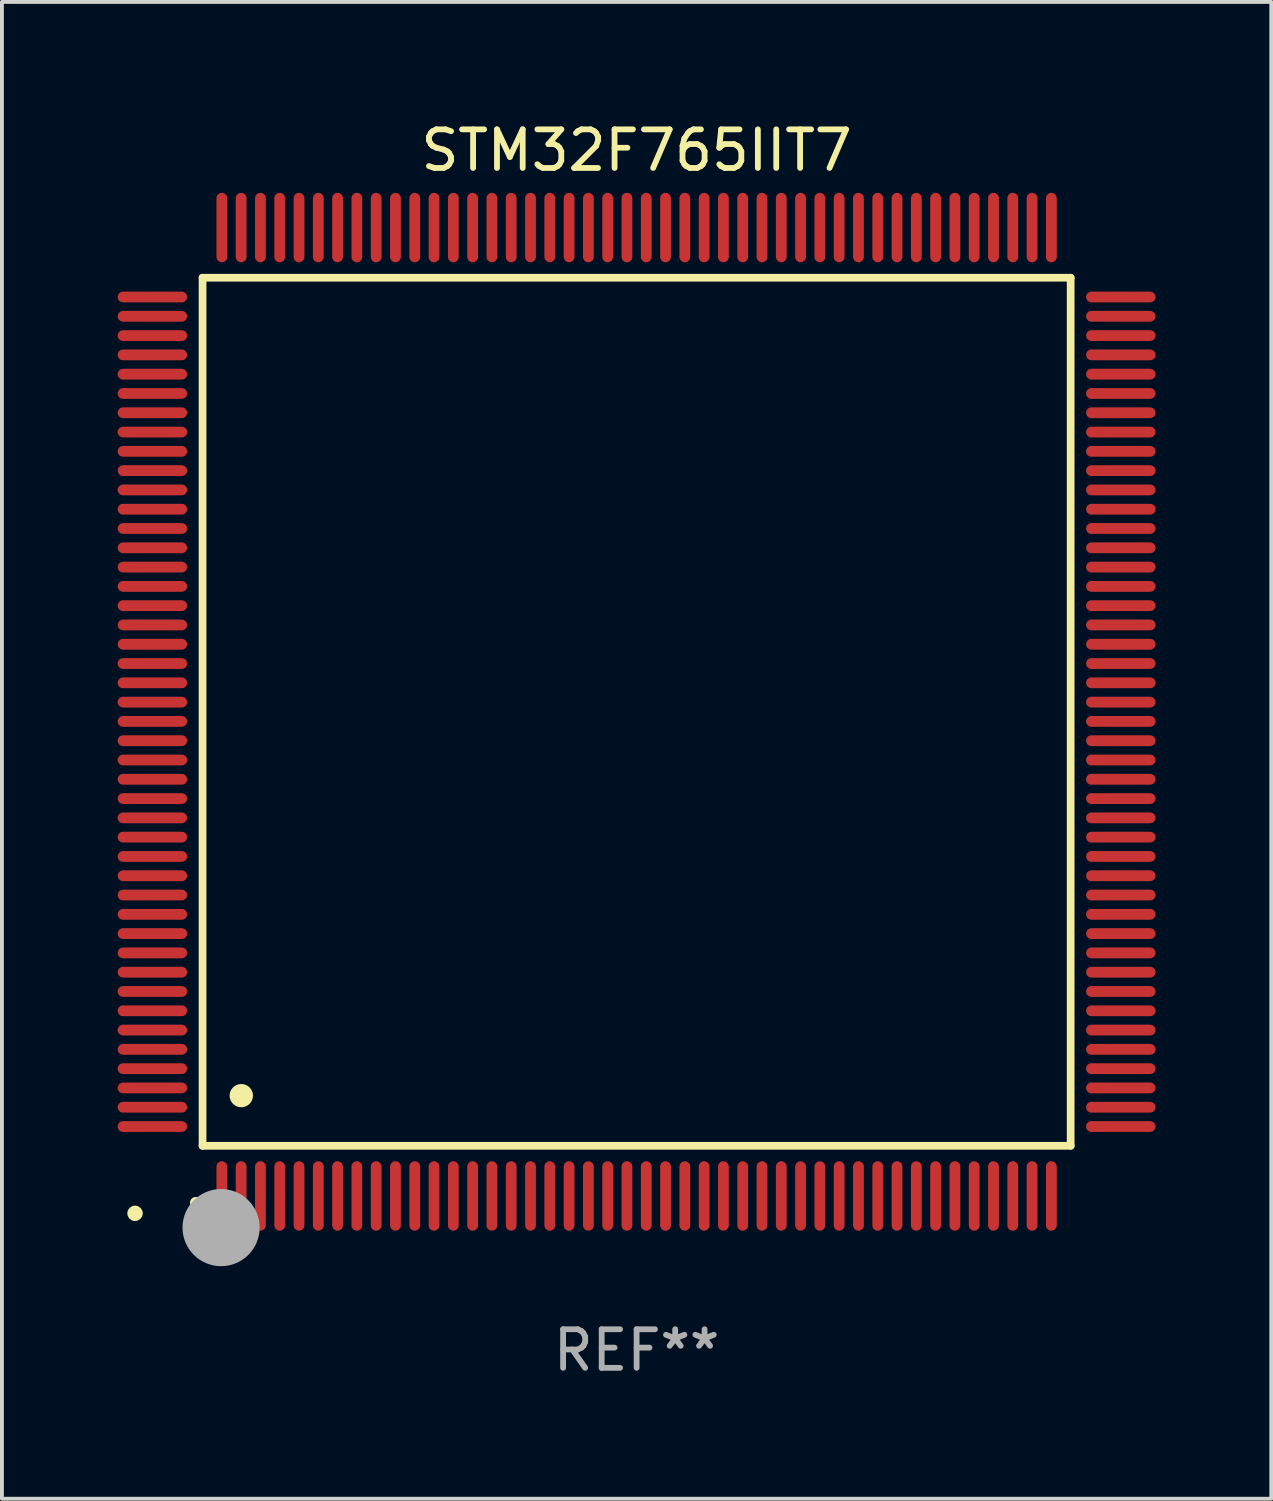
<source format=kicad_pcb>
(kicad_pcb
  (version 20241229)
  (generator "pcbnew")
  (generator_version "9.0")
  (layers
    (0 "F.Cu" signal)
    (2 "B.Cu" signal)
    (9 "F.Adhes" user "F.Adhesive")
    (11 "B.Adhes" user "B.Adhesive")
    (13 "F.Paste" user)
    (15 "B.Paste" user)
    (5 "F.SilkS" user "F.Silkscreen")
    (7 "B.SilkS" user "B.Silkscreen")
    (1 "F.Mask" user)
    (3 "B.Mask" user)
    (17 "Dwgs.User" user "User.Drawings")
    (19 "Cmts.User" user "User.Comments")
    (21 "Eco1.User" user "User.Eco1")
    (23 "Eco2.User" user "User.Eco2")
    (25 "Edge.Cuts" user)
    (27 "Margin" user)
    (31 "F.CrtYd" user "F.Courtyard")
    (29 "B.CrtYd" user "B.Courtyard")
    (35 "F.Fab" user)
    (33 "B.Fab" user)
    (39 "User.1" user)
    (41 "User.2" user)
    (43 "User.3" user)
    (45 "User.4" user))
  (footprint "STM32F765IIT7"
    (layer "F.Cu")
    (at 13.45 15.398)
    (property "Reference" "STM32F765IIT7" (at 0 -14.55 0) (layer "F.SilkS") (effects (font (size 1 1) (thickness 0.15))))
    (attr through_hole)
    (fp_line (start -11.25 -11.25) (end 11.25 -11.25) (stroke (width 0.2) (type solid)) (layer "F.SilkS"))
    (fp_line (start -11.25 11.25) (end -11.25 -11.25) (stroke (width 0.2) (type solid)) (layer "F.SilkS"))
    (fp_line (start 11.25 -11.25) (end 11.25 11.25) (stroke (width 0.2) (type solid)) (layer "F.SilkS"))
    (fp_line (start 11.25 11.25) (end -11.25 11.25) (stroke (width 0.2) (type solid)) (layer "F.SilkS"))
    (fp_arc (start -11.424943 12.725425) (mid -11.423673 12.72542) (end -11.422403 12.725425) (stroke (width 0.3) (type solid)) (layer "F.SilkS"))
    (fp_arc (start -10.24892 9.9492) (mid -10.24638 9.949189) (end -10.24384 9.9492) (stroke (width 0.6) (type solid)) (layer "F.SilkS"))
    (fp_circle (center -13 13) (end -12.9 13) (stroke (width 0.2) (type solid)) (fill no) (layer "F.SilkS"))
    (fp_circle (center -10.77 13.37) (end -10.27 13.37) (stroke (width 1) (type solid)) (fill no) (layer "F.Fab"))
    (fp_text user "REF**" (at 0 16.55 0) (layer "F.Fab") (effects (font (size 1 1) (thickness 0.15))))
    (pad "1" smd oval (at -10.75 12.55) (size 0.28 1.8) (layers "F.Cu" "F.Mask" "F.Paste"))
    (pad "2" smd oval (at -10.25 12.55) (size 0.28 1.8) (layers "F.Cu" "F.Mask" "F.Paste"))
    (pad "3" smd oval (at -9.75 12.55) (size 0.28 1.8) (layers "F.Cu" "F.Mask" "F.Paste"))
    (pad "4" smd oval (at -9.25 12.55) (size 0.28 1.8) (layers "F.Cu" "F.Mask" "F.Paste"))
    (pad "5" smd oval (at -8.75 12.55) (size 0.28 1.8) (layers "F.Cu" "F.Mask" "F.Paste"))
    (pad "6" smd oval (at -8.25 12.55) (size 0.28 1.8) (layers "F.Cu" "F.Mask" "F.Paste"))
    (pad "7" smd oval (at -7.75 12.55) (size 0.28 1.8) (layers "F.Cu" "F.Mask" "F.Paste"))
    (pad "8" smd oval (at -7.25 12.55) (size 0.28 1.8) (layers "F.Cu" "F.Mask" "F.Paste"))
    (pad "9" smd oval (at -6.75 12.55) (size 0.28 1.8) (layers "F.Cu" "F.Mask" "F.Paste"))
    (pad "10" smd oval (at -6.25 12.55) (size 0.28 1.8) (layers "F.Cu" "F.Mask" "F.Paste"))
    (pad "11" smd oval (at -5.75 12.55) (size 0.28 1.8) (layers "F.Cu" "F.Mask" "F.Paste"))
    (pad "12" smd oval (at -5.25 12.55) (size 0.28 1.8) (layers "F.Cu" "F.Mask" "F.Paste"))
    (pad "13" smd oval (at -4.75 12.55) (size 0.28 1.8) (layers "F.Cu" "F.Mask" "F.Paste"))
    (pad "14" smd oval (at -4.25 12.55) (size 0.28 1.8) (layers "F.Cu" "F.Mask" "F.Paste"))
    (pad "15" smd oval (at -3.75 12.55) (size 0.28 1.8) (layers "F.Cu" "F.Mask" "F.Paste"))
    (pad "16" smd oval (at -3.25 12.55) (size 0.28 1.8) (layers "F.Cu" "F.Mask" "F.Paste"))
    (pad "17" smd oval (at -2.75 12.55) (size 0.28 1.8) (layers "F.Cu" "F.Mask" "F.Paste"))
    (pad "18" smd oval (at -2.25 12.55) (size 0.28 1.8) (layers "F.Cu" "F.Mask" "F.Paste"))
    (pad "19" smd oval (at -1.75 12.55) (size 0.28 1.8) (layers "F.Cu" "F.Mask" "F.Paste"))
    (pad "20" smd oval (at -1.25 12.55) (size 0.28 1.8) (layers "F.Cu" "F.Mask" "F.Paste"))
    (pad "21" smd oval (at -0.75 12.55) (size 0.28 1.8) (layers "F.Cu" "F.Mask" "F.Paste"))
    (pad "22" smd oval (at -0.25 12.55) (size 0.28 1.8) (layers "F.Cu" "F.Mask" "F.Paste"))
    (pad "23" smd oval (at 0.25 12.55) (size 0.28 1.8) (layers "F.Cu" "F.Mask" "F.Paste"))
    (pad "24" smd oval (at 0.75 12.55) (size 0.28 1.8) (layers "F.Cu" "F.Mask" "F.Paste"))
    (pad "25" smd oval (at 1.25 12.55) (size 0.28 1.8) (layers "F.Cu" "F.Mask" "F.Paste"))
    (pad "26" smd oval (at 1.75 12.55) (size 0.28 1.8) (layers "F.Cu" "F.Mask" "F.Paste"))
    (pad "27" smd oval (at 2.25 12.55) (size 0.28 1.8) (layers "F.Cu" "F.Mask" "F.Paste"))
    (pad "28" smd oval (at 2.75 12.55) (size 0.28 1.8) (layers "F.Cu" "F.Mask" "F.Paste"))
    (pad "29" smd oval (at 3.25 12.55) (size 0.28 1.8) (layers "F.Cu" "F.Mask" "F.Paste"))
    (pad "30" smd oval (at 3.75 12.55) (size 0.28 1.8) (layers "F.Cu" "F.Mask" "F.Paste"))
    (pad "31" smd oval (at 4.25 12.55) (size 0.28 1.8) (layers "F.Cu" "F.Mask" "F.Paste"))
    (pad "32" smd oval (at 4.75 12.55) (size 0.28 1.8) (layers "F.Cu" "F.Mask" "F.Paste"))
    (pad "33" smd oval (at 5.25 12.55) (size 0.28 1.8) (layers "F.Cu" "F.Mask" "F.Paste"))
    (pad "34" smd oval (at 5.75 12.55) (size 0.28 1.8) (layers "F.Cu" "F.Mask" "F.Paste"))
    (pad "35" smd oval (at 6.25 12.55) (size 0.28 1.8) (layers "F.Cu" "F.Mask" "F.Paste"))
    (pad "36" smd oval (at 6.75 12.55) (size 0.28 1.8) (layers "F.Cu" "F.Mask" "F.Paste"))
    (pad "37" smd oval (at 7.25 12.55) (size 0.28 1.8) (layers "F.Cu" "F.Mask" "F.Paste"))
    (pad "38" smd oval (at 7.75 12.55) (size 0.28 1.8) (layers "F.Cu" "F.Mask" "F.Paste"))
    (pad "39" smd oval (at 8.25 12.55) (size 0.28 1.8) (layers "F.Cu" "F.Mask" "F.Paste"))
    (pad "40" smd oval (at 8.75 12.55) (size 0.28 1.8) (layers "F.Cu" "F.Mask" "F.Paste"))
    (pad "41" smd oval (at 9.25 12.55) (size 0.28 1.8) (layers "F.Cu" "F.Mask" "F.Paste"))
    (pad "42" smd oval (at 9.75 12.55) (size 0.28 1.8) (layers "F.Cu" "F.Mask" "F.Paste"))
    (pad "43" smd oval (at 10.25 12.55) (size 0.28 1.8) (layers "F.Cu" "F.Mask" "F.Paste"))
    (pad "44" smd oval (at 10.75 12.55) (size 0.28 1.8) (layers "F.Cu" "F.Mask" "F.Paste"))
    (pad "45" smd oval (at 12.55 10.75) (size 1.8 0.28) (layers "F.Cu" "F.Mask" "F.Paste"))
    (pad "46" smd oval (at 12.55 10.25) (size 1.8 0.28) (layers "F.Cu" "F.Mask" "F.Paste"))
    (pad "47" smd oval (at 12.55 9.75) (size 1.8 0.28) (layers "F.Cu" "F.Mask" "F.Paste"))
    (pad "48" smd oval (at 12.55 9.25) (size 1.8 0.28) (layers "F.Cu" "F.Mask" "F.Paste"))
    (pad "49" smd oval (at 12.55 8.75) (size 1.8 0.28) (layers "F.Cu" "F.Mask" "F.Paste"))
    (pad "50" smd oval (at 12.55 8.25) (size 1.8 0.28) (layers "F.Cu" "F.Mask" "F.Paste"))
    (pad "51" smd oval (at 12.55 7.75) (size 1.8 0.28) (layers "F.Cu" "F.Mask" "F.Paste"))
    (pad "52" smd oval (at 12.55 7.25) (size 1.8 0.28) (layers "F.Cu" "F.Mask" "F.Paste"))
    (pad "53" smd oval (at 12.55 6.75) (size 1.8 0.28) (layers "F.Cu" "F.Mask" "F.Paste"))
    (pad "54" smd oval (at 12.55 6.25) (size 1.8 0.28) (layers "F.Cu" "F.Mask" "F.Paste"))
    (pad "55" smd oval (at 12.55 5.75) (size 1.8 0.28) (layers "F.Cu" "F.Mask" "F.Paste"))
    (pad "56" smd oval (at 12.55 5.25) (size 1.8 0.28) (layers "F.Cu" "F.Mask" "F.Paste"))
    (pad "57" smd oval (at 12.55 4.75) (size 1.8 0.28) (layers "F.Cu" "F.Mask" "F.Paste"))
    (pad "58" smd oval (at 12.55 4.25) (size 1.8 0.28) (layers "F.Cu" "F.Mask" "F.Paste"))
    (pad "59" smd oval (at 12.55 3.75) (size 1.8 0.28) (layers "F.Cu" "F.Mask" "F.Paste"))
    (pad "60" smd oval (at 12.55 3.25) (size 1.8 0.28) (layers "F.Cu" "F.Mask" "F.Paste"))
    (pad "61" smd oval (at 12.55 2.75) (size 1.8 0.28) (layers "F.Cu" "F.Mask" "F.Paste"))
    (pad "62" smd oval (at 12.55 2.25) (size 1.8 0.28) (layers "F.Cu" "F.Mask" "F.Paste"))
    (pad "63" smd oval (at 12.55 1.75) (size 1.8 0.28) (layers "F.Cu" "F.Mask" "F.Paste"))
    (pad "64" smd oval (at 12.55 1.25) (size 1.8 0.28) (layers "F.Cu" "F.Mask" "F.Paste"))
    (pad "65" smd oval (at 12.55 0.75) (size 1.8 0.28) (layers "F.Cu" "F.Mask" "F.Paste"))
    (pad "66" smd oval (at 12.55 0.25) (size 1.8 0.28) (layers "F.Cu" "F.Mask" "F.Paste"))
    (pad "67" smd oval (at 12.55 -0.25) (size 1.8 0.28) (layers "F.Cu" "F.Mask" "F.Paste"))
    (pad "68" smd oval (at 12.55 -0.75) (size 1.8 0.28) (layers "F.Cu" "F.Mask" "F.Paste"))
    (pad "69" smd oval (at 12.55 -1.25) (size 1.8 0.28) (layers "F.Cu" "F.Mask" "F.Paste"))
    (pad "70" smd oval (at 12.55 -1.75) (size 1.8 0.28) (layers "F.Cu" "F.Mask" "F.Paste"))
    (pad "71" smd oval (at 12.55 -2.25) (size 1.8 0.28) (layers "F.Cu" "F.Mask" "F.Paste"))
    (pad "72" smd oval (at 12.55 -2.75) (size 1.8 0.28) (layers "F.Cu" "F.Mask" "F.Paste"))
    (pad "73" smd oval (at 12.55 -3.25) (size 1.8 0.28) (layers "F.Cu" "F.Mask" "F.Paste"))
    (pad "74" smd oval (at 12.55 -3.75) (size 1.8 0.28) (layers "F.Cu" "F.Mask" "F.Paste"))
    (pad "75" smd oval (at 12.55 -4.25) (size 1.8 0.28) (layers "F.Cu" "F.Mask" "F.Paste"))
    (pad "76" smd oval (at 12.55 -4.75) (size 1.8 0.28) (layers "F.Cu" "F.Mask" "F.Paste"))
    (pad "77" smd oval (at 12.55 -5.25) (size 1.8 0.28) (layers "F.Cu" "F.Mask" "F.Paste"))
    (pad "78" smd oval (at 12.55 -5.75) (size 1.8 0.28) (layers "F.Cu" "F.Mask" "F.Paste"))
    (pad "79" smd oval (at 12.55 -6.25) (size 1.8 0.28) (layers "F.Cu" "F.Mask" "F.Paste"))
    (pad "80" smd oval (at 12.55 -6.75) (size 1.8 0.28) (layers "F.Cu" "F.Mask" "F.Paste"))
    (pad "81" smd oval (at 12.55 -7.25) (size 1.8 0.28) (layers "F.Cu" "F.Mask" "F.Paste"))
    (pad "82" smd oval (at 12.55 -7.75) (size 1.8 0.28) (layers "F.Cu" "F.Mask" "F.Paste"))
    (pad "83" smd oval (at 12.55 -8.25) (size 1.8 0.28) (layers "F.Cu" "F.Mask" "F.Paste"))
    (pad "84" smd oval (at 12.55 -8.75) (size 1.8 0.28) (layers "F.Cu" "F.Mask" "F.Paste"))
    (pad "85" smd oval (at 12.55 -9.25) (size 1.8 0.28) (layers "F.Cu" "F.Mask" "F.Paste"))
    (pad "86" smd oval (at 12.55 -9.75) (size 1.8 0.28) (layers "F.Cu" "F.Mask" "F.Paste"))
    (pad "87" smd oval (at 12.55 -10.25) (size 1.8 0.28) (layers "F.Cu" "F.Mask" "F.Paste"))
    (pad "88" smd oval (at 12.55 -10.75) (size 1.8 0.28) (layers "F.Cu" "F.Mask" "F.Paste"))
    (pad "89" smd oval (at 10.75 -12.55) (size 0.28 1.8) (layers "F.Cu" "F.Mask" "F.Paste"))
    (pad "90" smd oval (at 10.25 -12.55) (size 0.28 1.8) (layers "F.Cu" "F.Mask" "F.Paste"))
    (pad "91" smd oval (at 9.75 -12.55) (size 0.28 1.8) (layers "F.Cu" "F.Mask" "F.Paste"))
    (pad "92" smd oval (at 9.25 -12.55) (size 0.28 1.8) (layers "F.Cu" "F.Mask" "F.Paste"))
    (pad "93" smd oval (at 8.75 -12.55) (size 0.28 1.8) (layers "F.Cu" "F.Mask" "F.Paste"))
    (pad "94" smd oval (at 8.25 -12.55) (size 0.28 1.8) (layers "F.Cu" "F.Mask" "F.Paste"))
    (pad "95" smd oval (at 7.75 -12.55) (size 0.28 1.8) (layers "F.Cu" "F.Mask" "F.Paste"))
    (pad "96" smd oval (at 7.25 -12.55) (size 0.28 1.8) (layers "F.Cu" "F.Mask" "F.Paste"))
    (pad "97" smd oval (at 6.75 -12.55) (size 0.28 1.8) (layers "F.Cu" "F.Mask" "F.Paste"))
    (pad "98" smd oval (at 6.25 -12.55) (size 0.28 1.8) (layers "F.Cu" "F.Mask" "F.Paste"))
    (pad "99" smd oval (at 5.75 -12.55) (size 0.28 1.8) (layers "F.Cu" "F.Mask" "F.Paste"))
    (pad "100" smd oval (at 5.25 -12.55) (size 0.28 1.8) (layers "F.Cu" "F.Mask" "F.Paste"))
    (pad "101" smd oval (at 4.75 -12.55) (size 0.28 1.8) (layers "F.Cu" "F.Mask" "F.Paste"))
    (pad "102" smd oval (at 4.25 -12.55) (size 0.28 1.8) (layers "F.Cu" "F.Mask" "F.Paste"))
    (pad "103" smd oval (at 3.75 -12.55) (size 0.28 1.8) (layers "F.Cu" "F.Mask" "F.Paste"))
    (pad "104" smd oval (at 3.25 -12.55) (size 0.28 1.8) (layers "F.Cu" "F.Mask" "F.Paste"))
    (pad "105" smd oval (at 2.75 -12.55) (size 0.28 1.8) (layers "F.Cu" "F.Mask" "F.Paste"))
    (pad "106" smd oval (at 2.25 -12.55) (size 0.28 1.8) (layers "F.Cu" "F.Mask" "F.Paste"))
    (pad "107" smd oval (at 1.75 -12.55) (size 0.28 1.8) (layers "F.Cu" "F.Mask" "F.Paste"))
    (pad "108" smd oval (at 1.25 -12.55) (size 0.28 1.8) (layers "F.Cu" "F.Mask" "F.Paste"))
    (pad "109" smd oval (at 0.75 -12.55) (size 0.28 1.8) (layers "F.Cu" "F.Mask" "F.Paste"))
    (pad "110" smd oval (at 0.25 -12.55) (size 0.28 1.8) (layers "F.Cu" "F.Mask" "F.Paste"))
    (pad "111" smd oval (at -0.25 -12.55) (size 0.28 1.8) (layers "F.Cu" "F.Mask" "F.Paste"))
    (pad "112" smd oval (at -0.75 -12.55) (size 0.28 1.8) (layers "F.Cu" "F.Mask" "F.Paste"))
    (pad "113" smd oval (at -1.25 -12.55) (size 0.28 1.8) (layers "F.Cu" "F.Mask" "F.Paste"))
    (pad "114" smd oval (at -1.75 -12.55) (size 0.28 1.8) (layers "F.Cu" "F.Mask" "F.Paste"))
    (pad "115" smd oval (at -2.25 -12.55) (size 0.28 1.8) (layers "F.Cu" "F.Mask" "F.Paste"))
    (pad "116" smd oval (at -2.75 -12.55) (size 0.28 1.8) (layers "F.Cu" "F.Mask" "F.Paste"))
    (pad "117" smd oval (at -3.25 -12.55) (size 0.28 1.8) (layers "F.Cu" "F.Mask" "F.Paste"))
    (pad "118" smd oval (at -3.75 -12.55) (size 0.28 1.8) (layers "F.Cu" "F.Mask" "F.Paste"))
    (pad "119" smd oval (at -4.25 -12.55) (size 0.28 1.8) (layers "F.Cu" "F.Mask" "F.Paste"))
    (pad "120" smd oval (at -4.75 -12.55) (size 0.28 1.8) (layers "F.Cu" "F.Mask" "F.Paste"))
    (pad "121" smd oval (at -5.25 -12.55) (size 0.28 1.8) (layers "F.Cu" "F.Mask" "F.Paste"))
    (pad "122" smd oval (at -5.75 -12.55) (size 0.28 1.8) (layers "F.Cu" "F.Mask" "F.Paste"))
    (pad "123" smd oval (at -6.25 -12.55) (size 0.28 1.8) (layers "F.Cu" "F.Mask" "F.Paste"))
    (pad "124" smd oval (at -6.75 -12.55) (size 0.28 1.8) (layers "F.Cu" "F.Mask" "F.Paste"))
    (pad "125" smd oval (at -7.25 -12.55) (size 0.28 1.8) (layers "F.Cu" "F.Mask" "F.Paste"))
    (pad "126" smd oval (at -7.75 -12.55) (size 0.28 1.8) (layers "F.Cu" "F.Mask" "F.Paste"))
    (pad "127" smd oval (at -8.25 -12.55) (size 0.28 1.8) (layers "F.Cu" "F.Mask" "F.Paste"))
    (pad "128" smd oval (at -8.75 -12.55) (size 0.28 1.8) (layers "F.Cu" "F.Mask" "F.Paste"))
    (pad "129" smd oval (at -9.25 -12.55) (size 0.28 1.8) (layers "F.Cu" "F.Mask" "F.Paste"))
    (pad "130" smd oval (at -9.75 -12.55) (size 0.28 1.8) (layers "F.Cu" "F.Mask" "F.Paste"))
    (pad "131" smd oval (at -10.25 -12.55) (size 0.28 1.8) (layers "F.Cu" "F.Mask" "F.Paste"))
    (pad "132" smd oval (at -10.75 -12.55) (size 0.28 1.8) (layers "F.Cu" "F.Mask" "F.Paste"))
    (pad "133" smd oval (at -12.55 -10.75) (size 1.8 0.28) (layers "F.Cu" "F.Mask" "F.Paste"))
    (pad "134" smd oval (at -12.55 -10.25) (size 1.8 0.28) (layers "F.Cu" "F.Mask" "F.Paste"))
    (pad "135" smd oval (at -12.55 -9.75) (size 1.8 0.28) (layers "F.Cu" "F.Mask" "F.Paste"))
    (pad "136" smd oval (at -12.55 -9.25) (size 1.8 0.28) (layers "F.Cu" "F.Mask" "F.Paste"))
    (pad "137" smd oval (at -12.55 -8.75) (size 1.8 0.28) (layers "F.Cu" "F.Mask" "F.Paste"))
    (pad "138" smd oval (at -12.55 -8.25) (size 1.8 0.28) (layers "F.Cu" "F.Mask" "F.Paste"))
    (pad "139" smd oval (at -12.55 -7.75) (size 1.8 0.28) (layers "F.Cu" "F.Mask" "F.Paste"))
    (pad "140" smd oval (at -12.55 -7.25) (size 1.8 0.28) (layers "F.Cu" "F.Mask" "F.Paste"))
    (pad "141" smd oval (at -12.55 -6.75) (size 1.8 0.28) (layers "F.Cu" "F.Mask" "F.Paste"))
    (pad "142" smd oval (at -12.55 -6.25) (size 1.8 0.28) (layers "F.Cu" "F.Mask" "F.Paste"))
    (pad "143" smd oval (at -12.55 -5.75) (size 1.8 0.28) (layers "F.Cu" "F.Mask" "F.Paste"))
    (pad "144" smd oval (at -12.55 -5.25) (size 1.8 0.28) (layers "F.Cu" "F.Mask" "F.Paste"))
    (pad "145" smd oval (at -12.55 -4.75) (size 1.8 0.28) (layers "F.Cu" "F.Mask" "F.Paste"))
    (pad "146" smd oval (at -12.55 -4.25) (size 1.8 0.28) (layers "F.Cu" "F.Mask" "F.Paste"))
    (pad "147" smd oval (at -12.55 -3.75) (size 1.8 0.28) (layers "F.Cu" "F.Mask" "F.Paste"))
    (pad "148" smd oval (at -12.55 -3.25) (size 1.8 0.28) (layers "F.Cu" "F.Mask" "F.Paste"))
    (pad "149" smd oval (at -12.55 -2.75) (size 1.8 0.28) (layers "F.Cu" "F.Mask" "F.Paste"))
    (pad "150" smd oval (at -12.55 -2.25) (size 1.8 0.28) (layers "F.Cu" "F.Mask" "F.Paste"))
    (pad "151" smd oval (at -12.55 -1.75) (size 1.8 0.28) (layers "F.Cu" "F.Mask" "F.Paste"))
    (pad "152" smd oval (at -12.55 -1.25) (size 1.8 0.28) (layers "F.Cu" "F.Mask" "F.Paste"))
    (pad "153" smd oval (at -12.55 -0.75) (size 1.8 0.28) (layers "F.Cu" "F.Mask" "F.Paste"))
    (pad "154" smd oval (at -12.55 -0.25) (size 1.8 0.28) (layers "F.Cu" "F.Mask" "F.Paste"))
    (pad "155" smd oval (at -12.55 0.25) (size 1.8 0.28) (layers "F.Cu" "F.Mask" "F.Paste"))
    (pad "156" smd oval (at -12.55 0.75) (size 1.8 0.28) (layers "F.Cu" "F.Mask" "F.Paste"))
    (pad "157" smd oval (at -12.55 1.25) (size 1.8 0.28) (layers "F.Cu" "F.Mask" "F.Paste"))
    (pad "158" smd oval (at -12.55 1.75) (size 1.8 0.28) (layers "F.Cu" "F.Mask" "F.Paste"))
    (pad "159" smd oval (at -12.55 2.25) (size 1.8 0.28) (layers "F.Cu" "F.Mask" "F.Paste"))
    (pad "160" smd oval (at -12.55 2.75) (size 1.8 0.28) (layers "F.Cu" "F.Mask" "F.Paste"))
    (pad "161" smd oval (at -12.55 3.25) (size 1.8 0.28) (layers "F.Cu" "F.Mask" "F.Paste"))
    (pad "162" smd oval (at -12.55 3.75) (size 1.8 0.28) (layers "F.Cu" "F.Mask" "F.Paste"))
    (pad "163" smd oval (at -12.55 4.25) (size 1.8 0.28) (layers "F.Cu" "F.Mask" "F.Paste"))
    (pad "164" smd oval (at -12.55 4.75) (size 1.8 0.28) (layers "F.Cu" "F.Mask" "F.Paste"))
    (pad "165" smd oval (at -12.55 5.25) (size 1.8 0.28) (layers "F.Cu" "F.Mask" "F.Paste"))
    (pad "166" smd oval (at -12.55 5.75) (size 1.8 0.28) (layers "F.Cu" "F.Mask" "F.Paste"))
    (pad "167" smd oval (at -12.55 6.25) (size 1.8 0.28) (layers "F.Cu" "F.Mask" "F.Paste"))
    (pad "168" smd oval (at -12.55 6.75) (size 1.8 0.28) (layers "F.Cu" "F.Mask" "F.Paste"))
    (pad "169" smd oval (at -12.55 7.25) (size 1.8 0.28) (layers "F.Cu" "F.Mask" "F.Paste"))
    (pad "170" smd oval (at -12.55 7.75) (size 1.8 0.28) (layers "F.Cu" "F.Mask" "F.Paste"))
    (pad "171" smd oval (at -12.55 8.25) (size 1.8 0.28) (layers "F.Cu" "F.Mask" "F.Paste"))
    (pad "172" smd oval (at -12.55 8.75) (size 1.8 0.28) (layers "F.Cu" "F.Mask" "F.Paste"))
    (pad "173" smd oval (at -12.55 9.25) (size 1.8 0.28) (layers "F.Cu" "F.Mask" "F.Paste"))
    (pad "174" smd oval (at -12.55 9.75) (size 1.8 0.28) (layers "F.Cu" "F.Mask" "F.Paste"))
    (pad "175" smd oval (at -12.55 10.25) (size 1.8 0.28) (layers "F.Cu" "F.Mask" "F.Paste"))
    (pad "176" smd oval (at -12.55 10.75) (size 1.8 0.28) (layers "F.Cu" "F.Mask" "F.Paste")))
  (gr_rect
    (start -3 -3)
    (end 29.9 35.796)
    (stroke (width 0.1) (type default))
    (fill no)
    (layer "Edge.Cuts")))
</source>
